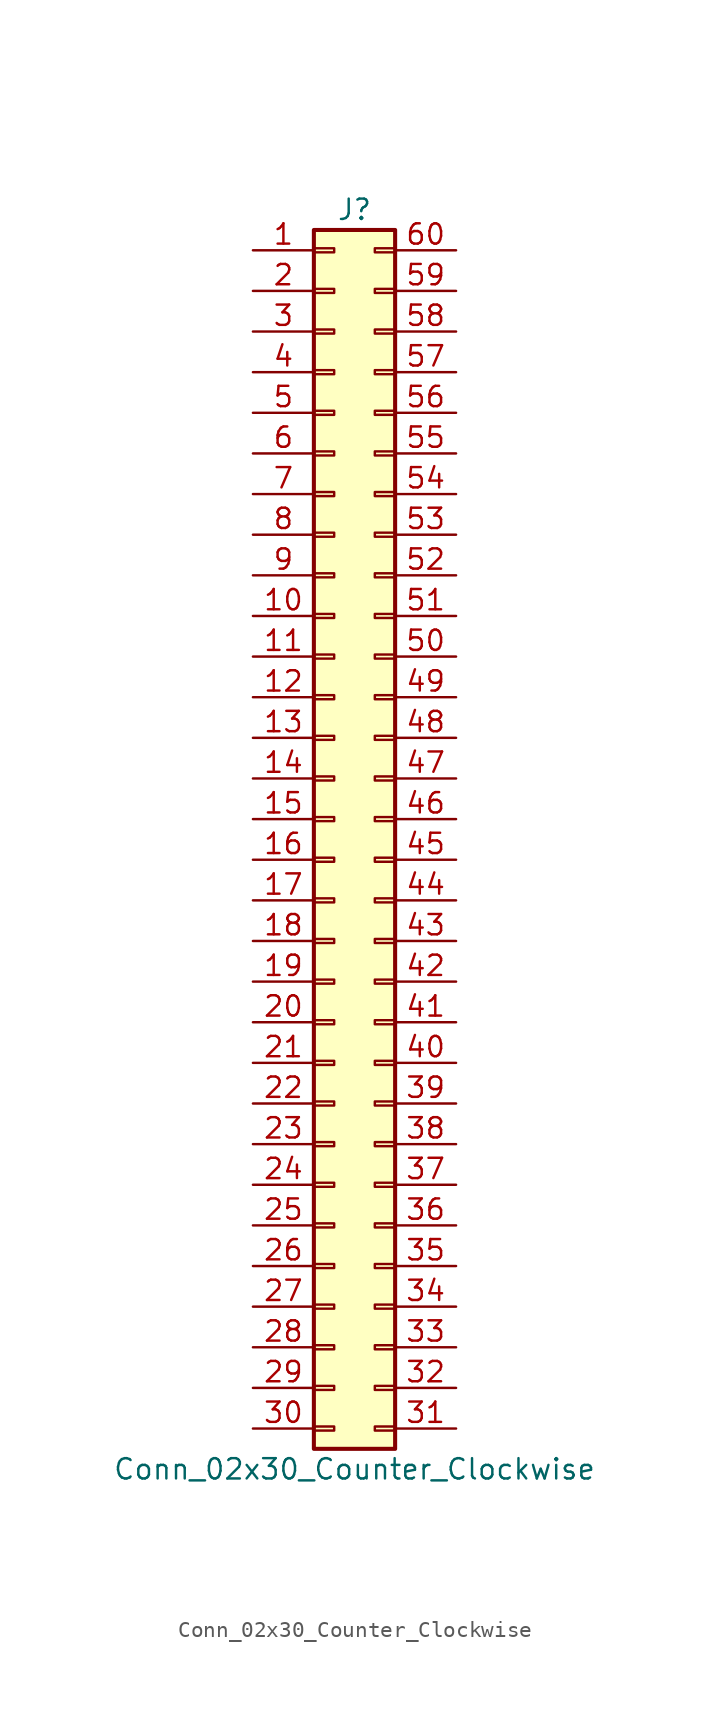
<source format=kicad_sym>
(kicad_symbol_lib
  (version 20220914)
  (generator kicad_symbol_editor)
  (symbol "Conn_02x30_Counter_Clockwise"
    (pin_names
      (offset 1.016) hide)
    (property "Reference" "J"
      (at 1.27 38.1 0)
      (effects (font (size 1.27 1.27))))
    (property "Value" "Conn_02x30_Counter_Clockwise"
      (at 1.27 -40.64 0)
      (effects (font (size 1.27 1.27))))
    (symbol "Conn_02x30_Counter_Clockwise_1_1"
      (rectangle (start -1.27 -37.973) (end 0 -38.227) (stroke (width 0.152) (type solid)) (fill (type none)))
      (rectangle (start -1.27 -35.433) (end 0 -35.687) (stroke (width 0.152) (type solid)) (fill (type none)))
      (rectangle (start -1.27 -32.893) (end 0 -33.147) (stroke (width 0.152) (type solid)) (fill (type none)))
      (rectangle (start -1.27 -30.353) (end 0 -30.607) (stroke (width 0.152) (type solid)) (fill (type none)))
      (rectangle (start -1.27 -27.813) (end 0 -28.067) (stroke (width 0.152) (type solid)) (fill (type none)))
      (rectangle (start -1.27 -25.273) (end 0 -25.527) (stroke (width 0.152) (type solid)) (fill (type none)))
      (rectangle (start -1.27 -22.733) (end 0 -22.987) (stroke (width 0.152) (type solid)) (fill (type none)))
      (rectangle (start -1.27 -20.193) (end 0 -20.447) (stroke (width 0.152) (type solid)) (fill (type none)))
      (rectangle (start -1.27 -17.653) (end 0 -17.907) (stroke (width 0.152) (type solid)) (fill (type none)))
      (rectangle (start -1.27 -15.113) (end 0 -15.367) (stroke (width 0.152) (type solid)) (fill (type none)))
      (rectangle (start -1.27 -12.573) (end 0 -12.827) (stroke (width 0.152) (type solid)) (fill (type none)))
      (rectangle (start -1.27 -10.033) (end 0 -10.287) (stroke (width 0.152) (type solid)) (fill (type none)))
      (rectangle (start -1.27 -7.493) (end 0 -7.747) (stroke (width 0.152) (type solid)) (fill (type none)))
      (rectangle (start -1.27 -4.953) (end 0 -5.207) (stroke (width 0.152) (type solid)) (fill (type none)))
      (rectangle (start -1.27 -2.413) (end 0 -2.667) (stroke (width 0.152) (type solid)) (fill (type none)))
      (rectangle (start -1.27 0.127) (end 0 -0.127) (stroke (width 0.152) (type solid)) (fill (type none)))
      (rectangle (start -1.27 2.667) (end 0 2.413) (stroke (width 0.152) (type solid)) (fill (type none)))
      (rectangle (start -1.27 5.207) (end 0 4.953) (stroke (width 0.152) (type solid)) (fill (type none)))
      (rectangle (start -1.27 7.747) (end 0 7.493) (stroke (width 0.152) (type solid)) (fill (type none)))
      (rectangle (start -1.27 10.287) (end 0 10.033) (stroke (width 0.152) (type solid)) (fill (type none)))
      (rectangle (start -1.27 12.827) (end 0 12.573) (stroke (width 0.152) (type solid)) (fill (type none)))
      (rectangle (start -1.27 15.367) (end 0 15.113) (stroke (width 0.152) (type solid)) (fill (type none)))
      (rectangle (start -1.27 17.907) (end 0 17.653) (stroke (width 0.152) (type solid)) (fill (type none)))
      (rectangle (start -1.27 20.447) (end 0 20.193) (stroke (width 0.152) (type solid)) (fill (type none)))
      (rectangle (start -1.27 22.987) (end 0 22.733) (stroke (width 0.152) (type solid)) (fill (type none)))
      (rectangle (start -1.27 25.527) (end 0 25.273) (stroke (width 0.152) (type solid)) (fill (type none)))
      (rectangle (start -1.27 28.067) (end 0 27.813) (stroke (width 0.152) (type solid)) (fill (type none)))
      (rectangle (start -1.27 30.607) (end 0 30.353) (stroke (width 0.152) (type solid)) (fill (type none)))
      (rectangle (start -1.27 33.147) (end 0 32.893) (stroke (width 0.152) (type solid)) (fill (type none)))
      (rectangle (start -1.27 35.687) (end 0 35.433) (stroke (width 0.152) (type solid)) (fill (type none)))
      (rectangle (start -1.27 36.83) (end 3.81 -39.37) (stroke (width 0.254) (type solid)) (fill (type background)))
      (rectangle (start 3.81 -37.973) (end 2.54 -38.227) (stroke (width 0.152) (type solid)) (fill (type none)))
      (rectangle (start 3.81 -35.433) (end 2.54 -35.687) (stroke (width 0.152) (type solid)) (fill (type none)))
      (rectangle (start 3.81 -32.893) (end 2.54 -33.147) (stroke (width 0.152) (type solid)) (fill (type none)))
      (rectangle (start 3.81 -30.353) (end 2.54 -30.607) (stroke (width 0.152) (type solid)) (fill (type none)))
      (rectangle (start 3.81 -27.813) (end 2.54 -28.067) (stroke (width 0.152) (type solid)) (fill (type none)))
      (rectangle (start 3.81 -25.273) (end 2.54 -25.527) (stroke (width 0.152) (type solid)) (fill (type none)))
      (rectangle (start 3.81 -22.733) (end 2.54 -22.987) (stroke (width 0.152) (type solid)) (fill (type none)))
      (rectangle (start 3.81 -20.193) (end 2.54 -20.447) (stroke (width 0.152) (type solid)) (fill (type none)))
      (rectangle (start 3.81 -17.653) (end 2.54 -17.907) (stroke (width 0.152) (type solid)) (fill (type none)))
      (rectangle (start 3.81 -15.113) (end 2.54 -15.367) (stroke (width 0.152) (type solid)) (fill (type none)))
      (rectangle (start 3.81 -12.573) (end 2.54 -12.827) (stroke (width 0.152) (type solid)) (fill (type none)))
      (rectangle (start 3.81 -10.033) (end 2.54 -10.287) (stroke (width 0.152) (type solid)) (fill (type none)))
      (rectangle (start 3.81 -7.493) (end 2.54 -7.747) (stroke (width 0.152) (type solid)) (fill (type none)))
      (rectangle (start 3.81 -4.953) (end 2.54 -5.207) (stroke (width 0.152) (type solid)) (fill (type none)))
      (rectangle (start 3.81 -2.413) (end 2.54 -2.667) (stroke (width 0.152) (type solid)) (fill (type none)))
      (rectangle (start 3.81 0.127) (end 2.54 -0.127) (stroke (width 0.152) (type solid)) (fill (type none)))
      (rectangle (start 3.81 2.667) (end 2.54 2.413) (stroke (width 0.152) (type solid)) (fill (type none)))
      (rectangle (start 3.81 5.207) (end 2.54 4.953) (stroke (width 0.152) (type solid)) (fill (type none)))
      (rectangle (start 3.81 7.747) (end 2.54 7.493) (stroke (width 0.152) (type solid)) (fill (type none)))
      (rectangle (start 3.81 10.287) (end 2.54 10.033) (stroke (width 0.152) (type solid)) (fill (type none)))
      (rectangle (start 3.81 12.827) (end 2.54 12.573) (stroke (width 0.152) (type solid)) (fill (type none)))
      (rectangle (start 3.81 15.367) (end 2.54 15.113) (stroke (width 0.152) (type solid)) (fill (type none)))
      (rectangle (start 3.81 17.907) (end 2.54 17.653) (stroke (width 0.152) (type solid)) (fill (type none)))
      (rectangle (start 3.81 20.447) (end 2.54 20.193) (stroke (width 0.152) (type solid)) (fill (type none)))
      (rectangle (start 3.81 22.987) (end 2.54 22.733) (stroke (width 0.152) (type solid)) (fill (type none)))
      (rectangle (start 3.81 25.527) (end 2.54 25.273) (stroke (width 0.152) (type solid)) (fill (type none)))
      (rectangle (start 3.81 28.067) (end 2.54 27.813) (stroke (width 0.152) (type solid)) (fill (type none)))
      (rectangle (start 3.81 30.607) (end 2.54 30.353) (stroke (width 0.152) (type solid)) (fill (type none)))
      (rectangle (start 3.81 33.147) (end 2.54 32.893) (stroke (width 0.152) (type solid)) (fill (type none)))
      (rectangle (start 3.81 35.687) (end 2.54 35.433) (stroke (width 0.152) (type solid)) (fill (type none)))
      (pin passive line (at -5.08 35.56 0) (length 3.81) (name "Pin_1" (effects (font (size 1.27 1.27)))) (number "1" (effects (font (size 1.27 1.27)))))
      (pin passive line (at -5.08 12.7 0) (length 3.81) (name "Pin_10" (effects (font (size 1.27 1.27)))) (number "10" (effects (font (size 1.27 1.27)))))
      (pin passive line (at -5.08 10.16 0) (length 3.81) (name "Pin_11" (effects (font (size 1.27 1.27)))) (number "11" (effects (font (size 1.27 1.27)))))
      (pin passive line (at -5.08 7.62 0) (length 3.81) (name "Pin_12" (effects (font (size 1.27 1.27)))) (number "12" (effects (font (size 1.27 1.27)))))
      (pin passive line (at -5.08 5.08 0) (length 3.81) (name "Pin_13" (effects (font (size 1.27 1.27)))) (number "13" (effects (font (size 1.27 1.27)))))
      (pin passive line (at -5.08 2.54 0) (length 3.81) (name "Pin_14" (effects (font (size 1.27 1.27)))) (number "14" (effects (font (size 1.27 1.27)))))
      (pin passive line (at -5.08 0 0) (length 3.81) (name "Pin_15" (effects (font (size 1.27 1.27)))) (number "15" (effects (font (size 1.27 1.27)))))
      (pin passive line (at -5.08 -2.54 0) (length 3.81) (name "Pin_16" (effects (font (size 1.27 1.27)))) (number "16" (effects (font (size 1.27 1.27)))))
      (pin passive line (at -5.08 -5.08 0) (length 3.81) (name "Pin_17" (effects (font (size 1.27 1.27)))) (number "17" (effects (font (size 1.27 1.27)))))
      (pin passive line (at -5.08 -7.62 0) (length 3.81) (name "Pin_18" (effects (font (size 1.27 1.27)))) (number "18" (effects (font (size 1.27 1.27)))))
      (pin passive line (at -5.08 -10.16 0) (length 3.81) (name "Pin_19" (effects (font (size 1.27 1.27)))) (number "19" (effects (font (size 1.27 1.27)))))
      (pin passive line (at -5.08 33.02 0) (length 3.81) (name "Pin_2" (effects (font (size 1.27 1.27)))) (number "2" (effects (font (size 1.27 1.27)))))
      (pin passive line (at -5.08 -12.7 0) (length 3.81) (name "Pin_20" (effects (font (size 1.27 1.27)))) (number "20" (effects (font (size 1.27 1.27)))))
      (pin passive line (at -5.08 -15.24 0) (length 3.81) (name "Pin_21" (effects (font (size 1.27 1.27)))) (number "21" (effects (font (size 1.27 1.27)))))
      (pin passive line (at -5.08 -17.78 0) (length 3.81) (name "Pin_22" (effects (font (size 1.27 1.27)))) (number "22" (effects (font (size 1.27 1.27)))))
      (pin passive line (at -5.08 -20.32 0) (length 3.81) (name "Pin_23" (effects (font (size 1.27 1.27)))) (number "23" (effects (font (size 1.27 1.27)))))
      (pin passive line (at -5.08 -22.86 0) (length 3.81) (name "Pin_24" (effects (font (size 1.27 1.27)))) (number "24" (effects (font (size 1.27 1.27)))))
      (pin passive line (at -5.08 -25.4 0) (length 3.81) (name "Pin_25" (effects (font (size 1.27 1.27)))) (number "25" (effects (font (size 1.27 1.27)))))
      (pin passive line (at -5.08 -27.94 0) (length 3.81) (name "Pin_26" (effects (font (size 1.27 1.27)))) (number "26" (effects (font (size 1.27 1.27)))))
      (pin passive line (at -5.08 -30.48 0) (length 3.81) (name "Pin_27" (effects (font (size 1.27 1.27)))) (number "27" (effects (font (size 1.27 1.27)))))
      (pin passive line (at -5.08 -33.02 0) (length 3.81) (name "Pin_28" (effects (font (size 1.27 1.27)))) (number "28" (effects (font (size 1.27 1.27)))))
      (pin passive line (at -5.08 -35.56 0) (length 3.81) (name "Pin_29" (effects (font (size 1.27 1.27)))) (number "29" (effects (font (size 1.27 1.27)))))
      (pin passive line (at -5.08 30.48 0) (length 3.81) (name "Pin_3" (effects (font (size 1.27 1.27)))) (number "3" (effects (font (size 1.27 1.27)))))
      (pin passive line (at -5.08 -38.1 0) (length 3.81) (name "Pin_30" (effects (font (size 1.27 1.27)))) (number "30" (effects (font (size 1.27 1.27)))))
      (pin passive line (at 7.62 -38.1 180) (length 3.81) (name "Pin_31" (effects (font (size 1.27 1.27)))) (number "31" (effects (font (size 1.27 1.27)))))
      (pin passive line (at 7.62 -35.56 180) (length 3.81) (name "Pin_32" (effects (font (size 1.27 1.27)))) (number "32" (effects (font (size 1.27 1.27)))))
      (pin passive line (at 7.62 -33.02 180) (length 3.81) (name "Pin_33" (effects (font (size 1.27 1.27)))) (number "33" (effects (font (size 1.27 1.27)))))
      (pin passive line (at 7.62 -30.48 180) (length 3.81) (name "Pin_34" (effects (font (size 1.27 1.27)))) (number "34" (effects (font (size 1.27 1.27)))))
      (pin passive line (at 7.62 -27.94 180) (length 3.81) (name "Pin_35" (effects (font (size 1.27 1.27)))) (number "35" (effects (font (size 1.27 1.27)))))
      (pin passive line (at 7.62 -25.4 180) (length 3.81) (name "Pin_36" (effects (font (size 1.27 1.27)))) (number "36" (effects (font (size 1.27 1.27)))))
      (pin passive line (at 7.62 -22.86 180) (length 3.81) (name "Pin_37" (effects (font (size 1.27 1.27)))) (number "37" (effects (font (size 1.27 1.27)))))
      (pin passive line (at 7.62 -20.32 180) (length 3.81) (name "Pin_38" (effects (font (size 1.27 1.27)))) (number "38" (effects (font (size 1.27 1.27)))))
      (pin passive line (at 7.62 -17.78 180) (length 3.81) (name "Pin_39" (effects (font (size 1.27 1.27)))) (number "39" (effects (font (size 1.27 1.27)))))
      (pin passive line (at -5.08 27.94 0) (length 3.81) (name "Pin_4" (effects (font (size 1.27 1.27)))) (number "4" (effects (font (size 1.27 1.27)))))
      (pin passive line (at 7.62 -15.24 180) (length 3.81) (name "Pin_40" (effects (font (size 1.27 1.27)))) (number "40" (effects (font (size 1.27 1.27)))))
      (pin passive line (at 7.62 -12.7 180) (length 3.81) (name "Pin_41" (effects (font (size 1.27 1.27)))) (number "41" (effects (font (size 1.27 1.27)))))
      (pin passive line (at 7.62 -10.16 180) (length 3.81) (name "Pin_42" (effects (font (size 1.27 1.27)))) (number "42" (effects (font (size 1.27 1.27)))))
      (pin passive line (at 7.62 -7.62 180) (length 3.81) (name "Pin_43" (effects (font (size 1.27 1.27)))) (number "43" (effects (font (size 1.27 1.27)))))
      (pin passive line (at 7.62 -5.08 180) (length 3.81) (name "Pin_44" (effects (font (size 1.27 1.27)))) (number "44" (effects (font (size 1.27 1.27)))))
      (pin passive line (at 7.62 -2.54 180) (length 3.81) (name "Pin_45" (effects (font (size 1.27 1.27)))) (number "45" (effects (font (size 1.27 1.27)))))
      (pin passive line (at 7.62 0 180) (length 3.81) (name "Pin_46" (effects (font (size 1.27 1.27)))) (number "46" (effects (font (size 1.27 1.27)))))
      (pin passive line (at 7.62 2.54 180) (length 3.81) (name "Pin_47" (effects (font (size 1.27 1.27)))) (number "47" (effects (font (size 1.27 1.27)))))
      (pin passive line (at 7.62 5.08 180) (length 3.81) (name "Pin_48" (effects (font (size 1.27 1.27)))) (number "48" (effects (font (size 1.27 1.27)))))
      (pin passive line (at 7.62 7.62 180) (length 3.81) (name "Pin_49" (effects (font (size 1.27 1.27)))) (number "49" (effects (font (size 1.27 1.27)))))
      (pin passive line (at -5.08 25.4 0) (length 3.81) (name "Pin_5" (effects (font (size 1.27 1.27)))) (number "5" (effects (font (size 1.27 1.27)))))
      (pin passive line (at 7.62 10.16 180) (length 3.81) (name "Pin_50" (effects (font (size 1.27 1.27)))) (number "50" (effects (font (size 1.27 1.27)))))
      (pin passive line (at 7.62 12.7 180) (length 3.81) (name "Pin_51" (effects (font (size 1.27 1.27)))) (number "51" (effects (font (size 1.27 1.27)))))
      (pin passive line (at 7.62 15.24 180) (length 3.81) (name "Pin_52" (effects (font (size 1.27 1.27)))) (number "52" (effects (font (size 1.27 1.27)))))
      (pin passive line (at 7.62 17.78 180) (length 3.81) (name "Pin_53" (effects (font (size 1.27 1.27)))) (number "53" (effects (font (size 1.27 1.27)))))
      (pin passive line (at 7.62 20.32 180) (length 3.81) (name "Pin_54" (effects (font (size 1.27 1.27)))) (number "54" (effects (font (size 1.27 1.27)))))
      (pin passive line (at 7.62 22.86 180) (length 3.81) (name "Pin_55" (effects (font (size 1.27 1.27)))) (number "55" (effects (font (size 1.27 1.27)))))
      (pin passive line (at 7.62 25.4 180) (length 3.81) (name "Pin_56" (effects (font (size 1.27 1.27)))) (number "56" (effects (font (size 1.27 1.27)))))
      (pin passive line (at 7.62 27.94 180) (length 3.81) (name "Pin_57" (effects (font (size 1.27 1.27)))) (number "57" (effects (font (size 1.27 1.27)))))
      (pin passive line (at 7.62 30.48 180) (length 3.81) (name "Pin_58" (effects (font (size 1.27 1.27)))) (number "58" (effects (font (size 1.27 1.27)))))
      (pin passive line (at 7.62 33.02 180) (length 3.81) (name "Pin_59" (effects (font (size 1.27 1.27)))) (number "59" (effects (font (size 1.27 1.27)))))
      (pin passive line (at -5.08 22.86 0) (length 3.81) (name "Pin_6" (effects (font (size 1.27 1.27)))) (number "6" (effects (font (size 1.27 1.27)))))
      (pin passive line (at 7.62 35.56 180) (length 3.81) (name "Pin_60" (effects (font (size 1.27 1.27)))) (number "60" (effects (font (size 1.27 1.27)))))
      (pin passive line (at -5.08 20.32 0) (length 3.81) (name "Pin_7" (effects (font (size 1.27 1.27)))) (number "7" (effects (font (size 1.27 1.27)))))
      (pin passive line (at -5.08 17.78 0) (length 3.81) (name "Pin_8" (effects (font (size 1.27 1.27)))) (number "8" (effects (font (size 1.27 1.27)))))
      (pin passive line (at -5.08 15.24 0) (length 3.81) (name "Pin_9" (effects (font (size 1.27 1.27)))) (number "9" (effects (font (size 1.27 1.27))))))))
</source>
